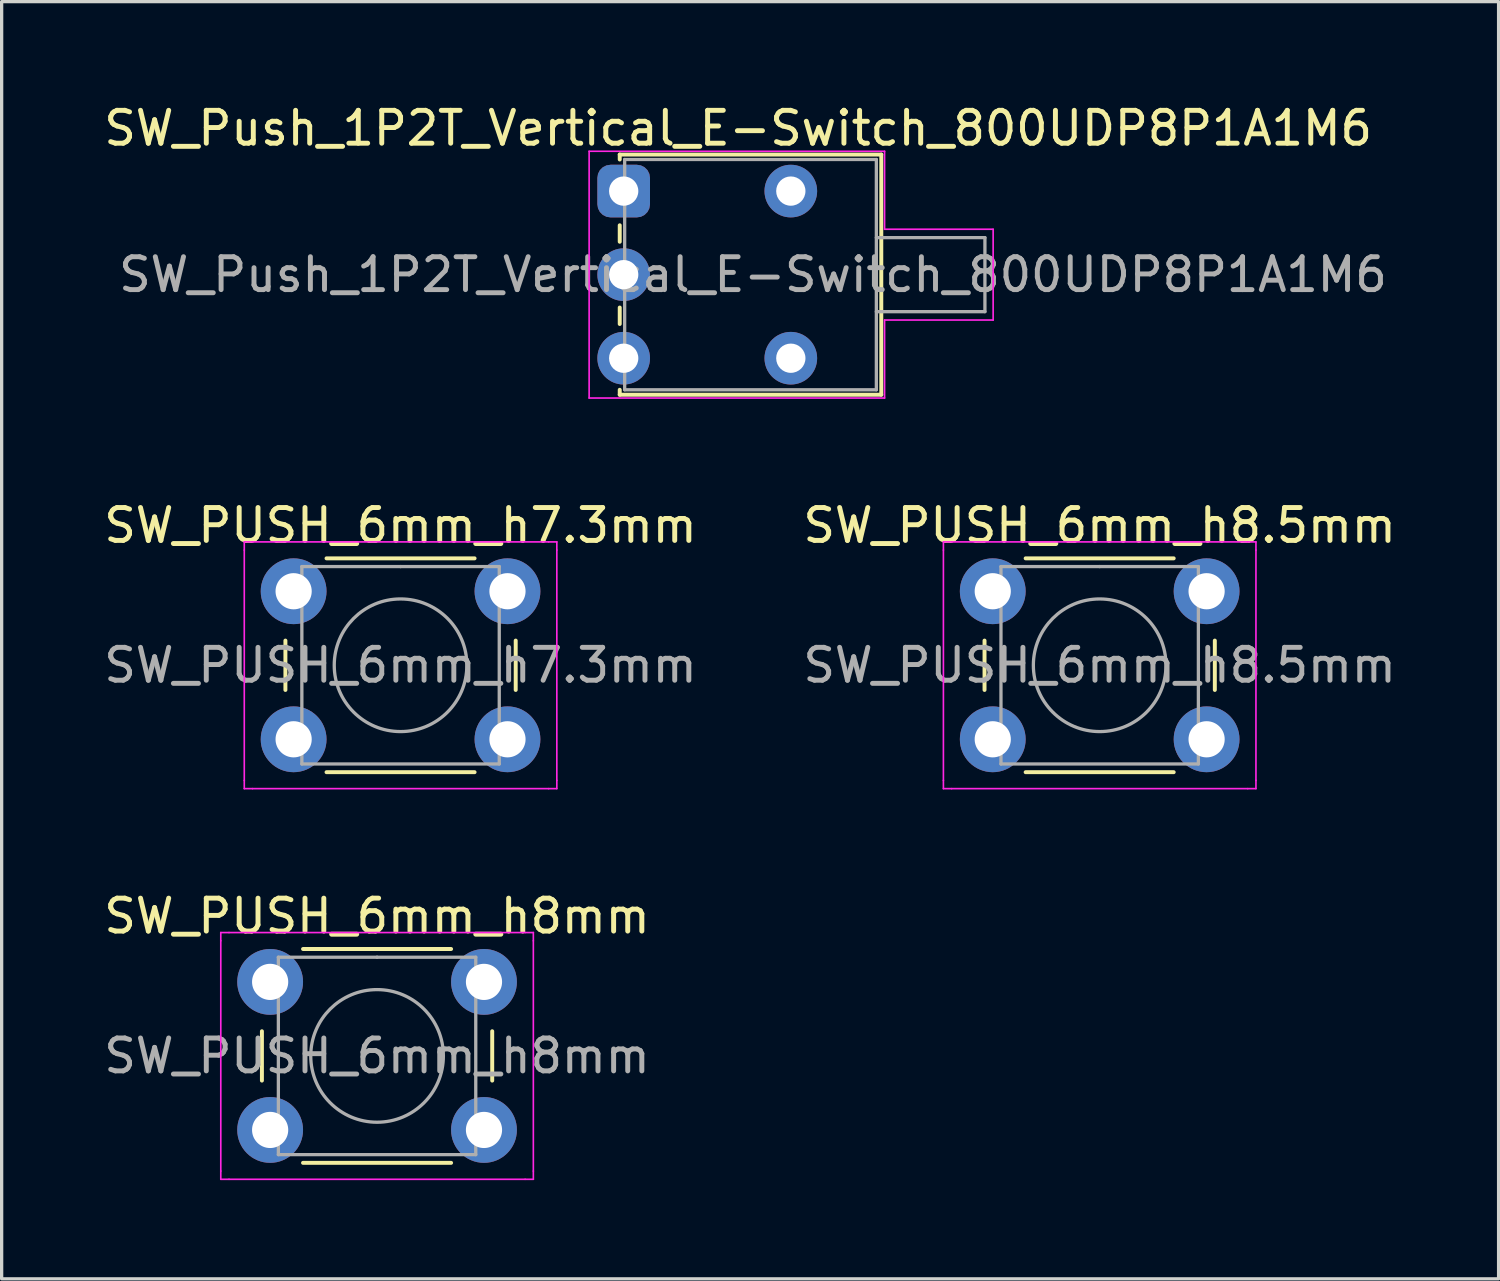
<source format=kicad_pcb>
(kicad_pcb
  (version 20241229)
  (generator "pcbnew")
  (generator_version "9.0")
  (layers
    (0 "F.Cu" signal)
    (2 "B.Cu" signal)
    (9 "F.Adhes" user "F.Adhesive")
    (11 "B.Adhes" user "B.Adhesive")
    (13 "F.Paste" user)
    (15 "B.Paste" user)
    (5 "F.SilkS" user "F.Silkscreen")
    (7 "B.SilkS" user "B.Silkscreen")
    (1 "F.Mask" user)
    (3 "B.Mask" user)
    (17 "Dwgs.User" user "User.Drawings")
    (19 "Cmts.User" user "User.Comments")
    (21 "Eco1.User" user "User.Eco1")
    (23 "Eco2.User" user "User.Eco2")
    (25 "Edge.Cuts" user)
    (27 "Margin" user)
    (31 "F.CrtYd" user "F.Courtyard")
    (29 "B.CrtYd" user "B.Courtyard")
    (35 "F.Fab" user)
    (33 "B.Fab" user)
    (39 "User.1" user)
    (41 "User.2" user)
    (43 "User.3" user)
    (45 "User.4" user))
  (footprint "SW_Push_1P2T_Vertical_E-Switch_800UDP8P1A1M6"
    (layer "F.Cu")
    (at 15.907 2.758)
    (property "Reference" "SW_Push_1P2T_Vertical_E-Switch_800UDP8P1A1M6" (at 3.48 -1.91 180) (layer "F.SilkS") (effects (font (size 1 1) (thickness 0.15))))
    (attr through_hole)
    (fp_line (start -0.12 -1.11) (end -0.12 -0.96) (stroke (width 0.12) (type solid)) (layer "F.SilkS"))
    (fp_line (start -0.12 1.54) (end -0.12 1.04) (stroke (width 0.12) (type solid)) (layer "F.SilkS"))
    (fp_line (start -0.12 4.04) (end -0.12 3.54) (stroke (width 0.12) (type solid)) (layer "F.SilkS"))
    (fp_line (start -0.12 6.19) (end -0.12 6.04) (stroke (width 0.12) (type solid)) (layer "F.SilkS"))
    (fp_line (start -0.12 6.19) (end 7.83 6.19) (stroke (width 0.12) (type solid)) (layer "F.SilkS"))
    (fp_line (start 7.83 -1.11) (end -0.12 -1.11) (stroke (width 0.12) (type solid)) (layer "F.SilkS"))
    (fp_line (start 7.83 6.19) (end 7.83 -1.11) (stroke (width 0.12) (type solid)) (layer "F.SilkS"))
    (fp_line (start -1.05 -1.21) (end 7.93 -1.21) (stroke (width 0.05) (type solid)) (layer "F.CrtYd"))
    (fp_line (start -1.05 6.29) (end -1.05 -1.21) (stroke (width 0.05) (type solid)) (layer "F.CrtYd"))
    (fp_line (start 7.93 -1.21) (end 7.93 1.16) (stroke (width 0.05) (type solid)) (layer "F.CrtYd"))
    (fp_line (start 7.93 1.16) (end 11.23 1.16) (stroke (width 0.05) (type solid)) (layer "F.CrtYd"))
    (fp_line (start 7.93 3.92) (end 7.93 6.29) (stroke (width 0.05) (type solid)) (layer "F.CrtYd"))
    (fp_line (start 7.93 6.29) (end -1.05 6.29) (stroke (width 0.05) (type solid)) (layer "F.CrtYd"))
    (fp_line (start 11.23 1.16) (end 11.23 3.92) (stroke (width 0.05) (type solid)) (layer "F.CrtYd"))
    (fp_line (start 11.23 3.92) (end 7.93 3.92) (stroke (width 0.05) (type solid)) (layer "F.CrtYd"))
    (fp_line (start 0.03 -0.96) (end 7.68 -0.96) (stroke (width 0.1) (type solid)) (layer "F.Fab"))
    (fp_line (start 0.03 6.04) (end 0.03 -0.96) (stroke (width 0.1) (type solid)) (layer "F.Fab"))
    (fp_line (start 7.68 -0.96) (end 7.68 6.04) (stroke (width 0.1) (type solid)) (layer "F.Fab"))
    (fp_line (start 7.68 6.04) (end 0.03 6.04) (stroke (width 0.1) (type solid)) (layer "F.Fab"))
    (fp_line (start 10.98 1.415) (end 7.68 1.415) (stroke (width 0.1) (type solid)) (layer "F.Fab"))
    (fp_line (start 10.98 3.665) (end 7.68 3.665) (stroke (width 0.1) (type solid)) (layer "F.Fab"))
    (fp_line (start 10.98 3.665) (end 10.98 1.415) (stroke (width 0.1) (type solid)) (layer "F.Fab"))
    (fp_text user "${REFERENCE}" (at 3.93 2.54 180) (layer "F.Fab") (effects (font (size 1 1) (thickness 0.15))))
    (pad "" thru_hole circle (at 5.08 0 180) (size 1.6 1.6) (drill 0.89) (layers "*.Cu" "*.Mask"))
    (pad "" thru_hole circle (at 5.08 5.08 180) (size 1.6 1.6) (drill 0.89) (layers "*.Cu" "*.Mask"))
    (pad "1" thru_hole roundrect (at 0 0 180) (size 1.6 1.6) (drill 0.89) (layers "*.Cu" "*.Mask") (roundrect_rratio 0.25))
    (pad "2" thru_hole circle (at 0 2.54 180) (size 1.6 1.6) (drill 0.89) (layers "*.Cu" "*.Mask"))
    (pad "3" thru_hole circle (at 0 5.08 180) (size 1.6 1.6) (drill 0.89) (layers "*.Cu" "*.Mask")))
  (footprint "SW_PUSH_6mm_h7.3mm"
    (layer "F.Cu")
    (at 5.875 14.921)
    (property "Reference" "SW_PUSH_6mm_h7.3mm" (at 3.25 -2 0) (layer "F.SilkS") (effects (font (size 1 1) (thickness 0.15))))
    (attr through_hole)
    (fp_line (start -0.25 1.5) (end -0.25 3) (stroke (width 0.12) (type solid)) (layer "F.SilkS"))
    (fp_line (start 1 5.5) (end 5.5 5.5) (stroke (width 0.12) (type solid)) (layer "F.SilkS"))
    (fp_line (start 5.5 -1) (end 1 -1) (stroke (width 0.12) (type solid)) (layer "F.SilkS"))
    (fp_line (start 6.75 3) (end 6.75 1.5) (stroke (width 0.12) (type solid)) (layer "F.SilkS"))
    (fp_line (start -1.5 -1.5) (end -1.25 -1.5) (stroke (width 0.05) (type solid)) (layer "F.CrtYd"))
    (fp_line (start -1.5 -1.25) (end -1.5 -1.5) (stroke (width 0.05) (type solid)) (layer "F.CrtYd"))
    (fp_line (start -1.5 5.75) (end -1.5 -1.25) (stroke (width 0.05) (type solid)) (layer "F.CrtYd"))
    (fp_line (start -1.5 5.75) (end -1.5 6) (stroke (width 0.05) (type solid)) (layer "F.CrtYd"))
    (fp_line (start -1.5 6) (end -1.25 6) (stroke (width 0.05) (type solid)) (layer "F.CrtYd"))
    (fp_line (start -1.25 -1.5) (end 7.75 -1.5) (stroke (width 0.05) (type solid)) (layer "F.CrtYd"))
    (fp_line (start 7.75 -1.5) (end 8 -1.5) (stroke (width 0.05) (type solid)) (layer "F.CrtYd"))
    (fp_line (start 7.75 6) (end -1.25 6) (stroke (width 0.05) (type solid)) (layer "F.CrtYd"))
    (fp_line (start 7.75 6) (end 8 6) (stroke (width 0.05) (type solid)) (layer "F.CrtYd"))
    (fp_line (start 8 -1.5) (end 8 -1.25) (stroke (width 0.05) (type solid)) (layer "F.CrtYd"))
    (fp_line (start 8 -1.25) (end 8 5.75) (stroke (width 0.05) (type solid)) (layer "F.CrtYd"))
    (fp_line (start 8 6) (end 8 5.75) (stroke (width 0.05) (type solid)) (layer "F.CrtYd"))
    (fp_line (start 0.25 -0.75) (end 3.25 -0.75) (stroke (width 0.1) (type solid)) (layer "F.Fab"))
    (fp_line (start 0.25 5.25) (end 0.25 -0.75) (stroke (width 0.1) (type solid)) (layer "F.Fab"))
    (fp_line (start 3.25 -0.75) (end 6.25 -0.75) (stroke (width 0.1) (type solid)) (layer "F.Fab"))
    (fp_line (start 6.25 -0.75) (end 6.25 5.25) (stroke (width 0.1) (type solid)) (layer "F.Fab"))
    (fp_line (start 6.25 5.25) (end 0.25 5.25) (stroke (width 0.1) (type solid)) (layer "F.Fab"))
    (fp_circle (center 3.25 2.25) (end 1.25 2.5) (stroke (width 0.1) (type solid)) (fill no) (layer "F.Fab"))
    (fp_text user "${REFERENCE}" (at 3.25 2.25 0) (layer "F.Fab") (effects (font (size 1 1) (thickness 0.15))))
    (pad "1" thru_hole circle (at 0 0 90) (size 2 2) (drill 1.1) (layers "*.Cu" "*.Mask"))
    (pad "1" thru_hole circle (at 6.5 0 90) (size 2 2) (drill 1.1) (layers "*.Cu" "*.Mask"))
    (pad "2" thru_hole circle (at 0 4.5 90) (size 2 2) (drill 1.1) (layers "*.Cu" "*.Mask"))
    (pad "2" thru_hole circle (at 6.5 4.5 90) (size 2 2) (drill 1.1) (layers "*.Cu" "*.Mask")))
  (footprint "SW_PUSH_6mm_h8.5mm"
    (layer "F.Cu")
    (at 27.125 14.921)
    (property "Reference" "SW_PUSH_6mm_h8.5mm" (at 3.25 -2 0) (layer "F.SilkS") (effects (font (size 1 1) (thickness 0.15))))
    (attr through_hole)
    (fp_line (start -0.25 1.5) (end -0.25 3) (stroke (width 0.12) (type solid)) (layer "F.SilkS"))
    (fp_line (start 1 5.5) (end 5.5 5.5) (stroke (width 0.12) (type solid)) (layer "F.SilkS"))
    (fp_line (start 5.5 -1) (end 1 -1) (stroke (width 0.12) (type solid)) (layer "F.SilkS"))
    (fp_line (start 6.75 3) (end 6.75 1.5) (stroke (width 0.12) (type solid)) (layer "F.SilkS"))
    (fp_line (start -1.5 -1.5) (end -1.25 -1.5) (stroke (width 0.05) (type solid)) (layer "F.CrtYd"))
    (fp_line (start -1.5 -1.25) (end -1.5 -1.5) (stroke (width 0.05) (type solid)) (layer "F.CrtYd"))
    (fp_line (start -1.5 5.75) (end -1.5 -1.25) (stroke (width 0.05) (type solid)) (layer "F.CrtYd"))
    (fp_line (start -1.5 5.75) (end -1.5 6) (stroke (width 0.05) (type solid)) (layer "F.CrtYd"))
    (fp_line (start -1.5 6) (end -1.25 6) (stroke (width 0.05) (type solid)) (layer "F.CrtYd"))
    (fp_line (start -1.25 -1.5) (end 7.75 -1.5) (stroke (width 0.05) (type solid)) (layer "F.CrtYd"))
    (fp_line (start 7.75 -1.5) (end 8 -1.5) (stroke (width 0.05) (type solid)) (layer "F.CrtYd"))
    (fp_line (start 7.75 6) (end -1.25 6) (stroke (width 0.05) (type solid)) (layer "F.CrtYd"))
    (fp_line (start 7.75 6) (end 8 6) (stroke (width 0.05) (type solid)) (layer "F.CrtYd"))
    (fp_line (start 8 -1.5) (end 8 -1.25) (stroke (width 0.05) (type solid)) (layer "F.CrtYd"))
    (fp_line (start 8 -1.25) (end 8 5.75) (stroke (width 0.05) (type solid)) (layer "F.CrtYd"))
    (fp_line (start 8 6) (end 8 5.75) (stroke (width 0.05) (type solid)) (layer "F.CrtYd"))
    (fp_line (start 0.25 -0.75) (end 3.25 -0.75) (stroke (width 0.1) (type solid)) (layer "F.Fab"))
    (fp_line (start 0.25 5.25) (end 0.25 -0.75) (stroke (width 0.1) (type solid)) (layer "F.Fab"))
    (fp_line (start 3.25 -0.75) (end 6.25 -0.75) (stroke (width 0.1) (type solid)) (layer "F.Fab"))
    (fp_line (start 6.25 -0.75) (end 6.25 5.25) (stroke (width 0.1) (type solid)) (layer "F.Fab"))
    (fp_line (start 6.25 5.25) (end 0.25 5.25) (stroke (width 0.1) (type solid)) (layer "F.Fab"))
    (fp_circle (center 3.25 2.25) (end 1.25 2.5) (stroke (width 0.1) (type solid)) (fill no) (layer "F.Fab"))
    (fp_text user "${REFERENCE}" (at 3.25 2.25 0) (layer "F.Fab") (effects (font (size 1 1) (thickness 0.15))))
    (pad "1" thru_hole circle (at 0 0 90) (size 2 2) (drill 1.1) (layers "*.Cu" "*.Mask"))
    (pad "1" thru_hole circle (at 6.5 0 90) (size 2 2) (drill 1.1) (layers "*.Cu" "*.Mask"))
    (pad "2" thru_hole circle (at 0 4.5 90) (size 2 2) (drill 1.1) (layers "*.Cu" "*.Mask"))
    (pad "2" thru_hole circle (at 6.5 4.5 90) (size 2 2) (drill 1.1) (layers "*.Cu" "*.Mask")))
  (footprint "SW_PUSH_6mm_h8mm"
    (layer "F.Cu")
    (at 5.161 26.795)
    (property "Reference" "SW_PUSH_6mm_h8mm" (at 3.25 -2 0) (layer "F.SilkS") (effects (font (size 1 1) (thickness 0.15))))
    (attr through_hole)
    (fp_line (start -0.25 1.5) (end -0.25 3) (stroke (width 0.12) (type solid)) (layer "F.SilkS"))
    (fp_line (start 1 5.5) (end 5.5 5.5) (stroke (width 0.12) (type solid)) (layer "F.SilkS"))
    (fp_line (start 5.5 -1) (end 1 -1) (stroke (width 0.12) (type solid)) (layer "F.SilkS"))
    (fp_line (start 6.75 3) (end 6.75 1.5) (stroke (width 0.12) (type solid)) (layer "F.SilkS"))
    (fp_line (start -1.5 -1.5) (end -1.25 -1.5) (stroke (width 0.05) (type solid)) (layer "F.CrtYd"))
    (fp_line (start -1.5 -1.25) (end -1.5 -1.5) (stroke (width 0.05) (type solid)) (layer "F.CrtYd"))
    (fp_line (start -1.5 5.75) (end -1.5 -1.25) (stroke (width 0.05) (type solid)) (layer "F.CrtYd"))
    (fp_line (start -1.5 5.75) (end -1.5 6) (stroke (width 0.05) (type solid)) (layer "F.CrtYd"))
    (fp_line (start -1.5 6) (end -1.25 6) (stroke (width 0.05) (type solid)) (layer "F.CrtYd"))
    (fp_line (start -1.25 -1.5) (end 7.75 -1.5) (stroke (width 0.05) (type solid)) (layer "F.CrtYd"))
    (fp_line (start 7.75 -1.5) (end 8 -1.5) (stroke (width 0.05) (type solid)) (layer "F.CrtYd"))
    (fp_line (start 7.75 6) (end -1.25 6) (stroke (width 0.05) (type solid)) (layer "F.CrtYd"))
    (fp_line (start 7.75 6) (end 8 6) (stroke (width 0.05) (type solid)) (layer "F.CrtYd"))
    (fp_line (start 8 -1.5) (end 8 -1.25) (stroke (width 0.05) (type solid)) (layer "F.CrtYd"))
    (fp_line (start 8 -1.25) (end 8 5.75) (stroke (width 0.05) (type solid)) (layer "F.CrtYd"))
    (fp_line (start 8 6) (end 8 5.75) (stroke (width 0.05) (type solid)) (layer "F.CrtYd"))
    (fp_line (start 0.25 -0.75) (end 3.25 -0.75) (stroke (width 0.1) (type solid)) (layer "F.Fab"))
    (fp_line (start 0.25 5.25) (end 0.25 -0.75) (stroke (width 0.1) (type solid)) (layer "F.Fab"))
    (fp_line (start 3.25 -0.75) (end 6.25 -0.75) (stroke (width 0.1) (type solid)) (layer "F.Fab"))
    (fp_line (start 6.25 -0.75) (end 6.25 5.25) (stroke (width 0.1) (type solid)) (layer "F.Fab"))
    (fp_line (start 6.25 5.25) (end 0.25 5.25) (stroke (width 0.1) (type solid)) (layer "F.Fab"))
    (fp_circle (center 3.25 2.25) (end 1.25 2.5) (stroke (width 0.1) (type solid)) (fill no) (layer "F.Fab"))
    (fp_text user "${REFERENCE}" (at 3.25 2.25 0) (layer "F.Fab") (effects (font (size 1 1) (thickness 0.15))))
    (pad "1" thru_hole circle (at 0 0 90) (size 2 2) (drill 1.1) (layers "*.Cu" "*.Mask"))
    (pad "1" thru_hole circle (at 6.5 0 90) (size 2 2) (drill 1.1) (layers "*.Cu" "*.Mask"))
    (pad "2" thru_hole circle (at 0 4.5 90) (size 2 2) (drill 1.1) (layers "*.Cu" "*.Mask"))
    (pad "2" thru_hole circle (at 6.5 4.5 90) (size 2 2) (drill 1.1) (layers "*.Cu" "*.Mask")))
  (gr_rect
    (start -3 -3)
    (end 42.5 35.82)
    (stroke (width 0.1) (type default))
    (fill no)
    (layer "Edge.Cuts")))
</source>
